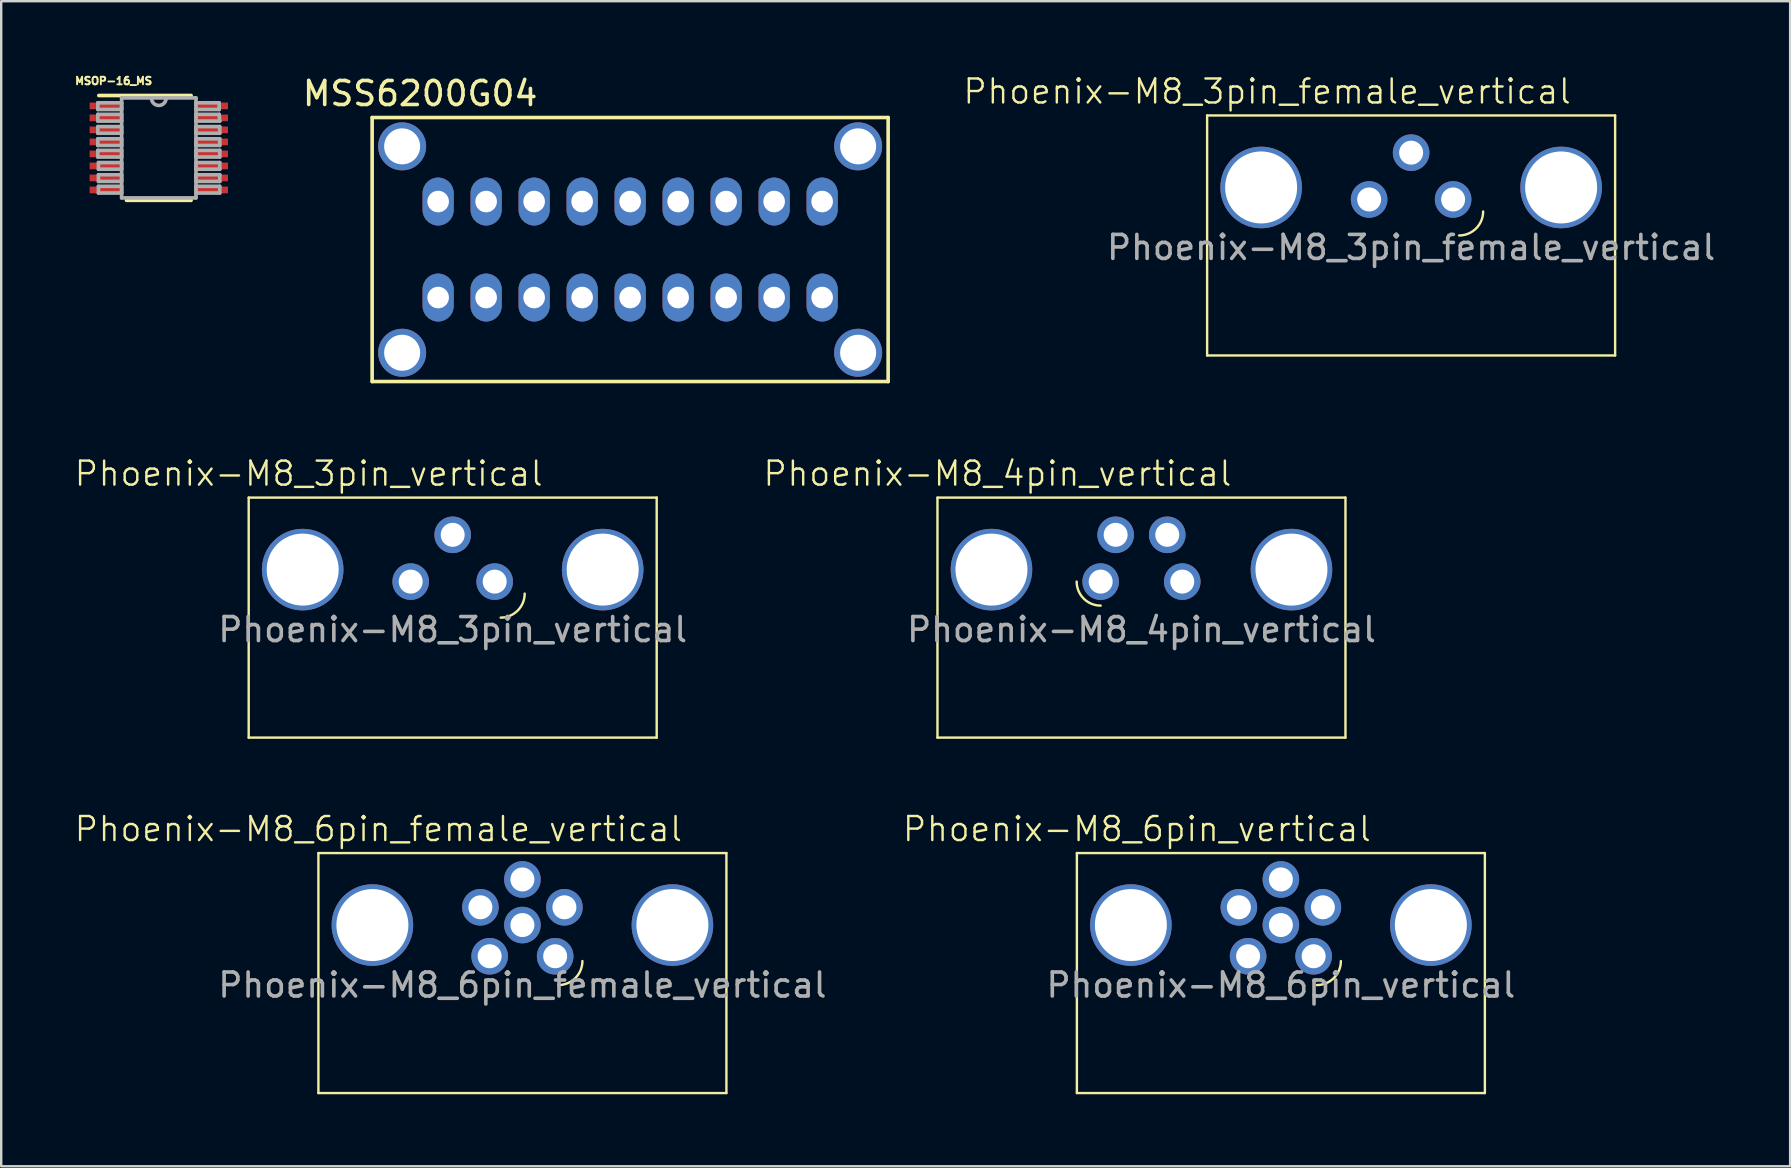
<source format=kicad_pcb>
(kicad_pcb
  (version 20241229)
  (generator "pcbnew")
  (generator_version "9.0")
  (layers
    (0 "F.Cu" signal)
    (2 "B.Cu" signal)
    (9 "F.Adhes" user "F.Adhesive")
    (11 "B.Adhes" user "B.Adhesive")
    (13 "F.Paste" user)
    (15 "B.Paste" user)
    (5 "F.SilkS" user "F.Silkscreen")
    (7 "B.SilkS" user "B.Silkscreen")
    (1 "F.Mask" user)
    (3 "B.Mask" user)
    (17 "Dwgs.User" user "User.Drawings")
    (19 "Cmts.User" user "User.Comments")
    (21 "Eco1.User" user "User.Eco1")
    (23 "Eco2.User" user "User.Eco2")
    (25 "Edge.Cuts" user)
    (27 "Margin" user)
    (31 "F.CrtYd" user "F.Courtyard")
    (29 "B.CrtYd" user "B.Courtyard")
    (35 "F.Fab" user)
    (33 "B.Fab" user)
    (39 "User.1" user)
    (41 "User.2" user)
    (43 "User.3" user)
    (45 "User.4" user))
  (footprint "Phoenix-M8_3pin_female_vertical"
    (layer "F.Cu")
    (at 55.747 4.761)
    (property "Reference" "Phoenix-M8_3pin_female_vertical" (at -6 -4 0) (unlocked yes) (layer "F.SilkS") (effects (font (size 1 1) (thickness 0.1))))
    (attr through_hole)
    (fp_line (start -8.5 -3) (end -8.5 7) (stroke (width 0.1) (type default)) (layer "F.SilkS"))
    (fp_line (start -8.5 7) (end 8.5 7) (stroke (width 0.1) (type default)) (layer "F.SilkS"))
    (fp_line (start 8.5 -3) (end -8.5 -3) (stroke (width 0.1) (type default)) (layer "F.SilkS"))
    (fp_line (start 8.5 7) (end 8.5 -3) (stroke (width 0.1) (type default)) (layer "F.SilkS"))
    (fp_arc (start 3 1) (mid 2.707107 1.707107) (end 2 2) (stroke (width 0.1) (type default)) (layer "F.SilkS"))
    (fp_text user "${REFERENCE}" (at 0 2.5 0) (unlocked yes) (layer "F.Fab") (effects (font (size 1 1) (thickness 0.15))))
    (pad "1" thru_hole circle (at 1.75 0.5) (size 1.524 1.524) (drill 1) (layers "*.Cu" "*.Mask"))
    (pad "2" thru_hole circle (at 0 -1.45) (size 1.524 1.524) (drill 1) (layers "*.Cu" "*.Mask"))
    (pad "3" thru_hole circle (at -1.75 0.5) (size 1.524 1.524) (drill 1) (layers "*.Cu" "*.Mask"))
    (pad "4" thru_hole circle (at -6.25 0) (size 3.4 3.4) (drill 3) (layers "*.Cu" "*.Mask"))
    (pad "4" thru_hole circle (at 6.25 0) (size 3.4 3.4) (drill 3) (layers "*.Cu" "*.Mask")))
  (footprint "Phoenix-M8_6pin_female_vertical"
    (layer "F.Cu")
    (at 18.717 35.494)
    (property "Reference" "Phoenix-M8_6pin_female_vertical" (at -6 -4 0) (unlocked yes) (layer "F.SilkS") (effects (font (size 1 1) (thickness 0.1))))
    (attr through_hole)
    (fp_line (start -8.5 -3) (end -8.5 7) (stroke (width 0.1) (type default)) (layer "F.SilkS"))
    (fp_line (start -8.5 7) (end 8.5 7) (stroke (width 0.1) (type default)) (layer "F.SilkS"))
    (fp_line (start 8.5 -3) (end -8.5 -3) (stroke (width 0.1) (type default)) (layer "F.SilkS"))
    (fp_line (start 8.5 7) (end 8.5 -3) (stroke (width 0.1) (type default)) (layer "F.SilkS"))
    (fp_arc (start 2.5 1.5) (mid 2.207107 2.207107) (end 1.5 2.5) (stroke (width 0.1) (type default)) (layer "F.SilkS"))
    (fp_text user "${REFERENCE}" (at 0 2.5 0) (unlocked yes) (layer "F.Fab") (effects (font (size 1 1) (thickness 0.15))))
    (pad "1" thru_hole circle (at 1.365 1.3) (size 1.524 1.524) (drill 1) (layers "*.Cu" "*.Mask"))
    (pad "2" thru_hole circle (at 1.75 -0.74) (size 1.524 1.524) (drill 1) (layers "*.Cu" "*.Mask"))
    (pad "3" thru_hole circle (at 0 -1.9) (size 1.524 1.524) (drill 1) (layers "*.Cu" "*.Mask"))
    (pad "4" thru_hole circle (at -1.75 -0.74) (size 1.524 1.524) (drill 1) (layers "*.Cu" "*.Mask"))
    (pad "5" thru_hole circle (at -1.365 1.3) (size 1.524 1.524) (drill 1) (layers "*.Cu" "*.Mask"))
    (pad "6" thru_hole circle (at 0 0) (size 1.524 1.524) (drill 1) (layers "*.Cu" "*.Mask"))
    (pad "7" thru_hole circle (at -6.25 0) (size 3.4 3.4) (drill 3) (layers "*.Cu" "*.Mask"))
    (pad "7" thru_hole circle (at 6.25 0) (size 3.4 3.4) (drill 3) (layers "*.Cu" "*.Mask")))
  (footprint "MSS6200G04"
    (layer "F.Cu")
    (at 15.206 5.348)
    (property "Reference" "MSS6200G04" (at -0.75 -4.5 0) (layer "F.SilkS") (effects (font (size 1 1) (thickness 0.15))))
    (attr through_hole)
    (fp_line (start -2.75 -3.5) (end 18.75 -3.5) (stroke (width 0.15) (type solid)) (layer "F.SilkS"))
    (fp_line (start -2.75 7.5) (end -2.75 -3.5) (stroke (width 0.15) (type solid)) (layer "F.SilkS"))
    (fp_line (start 18.75 -3.5) (end 18.75 7.5) (stroke (width 0.15) (type solid)) (layer "F.SilkS"))
    (fp_line (start 18.75 7.5) (end -2.75 7.5) (stroke (width 0.15) (type solid)) (layer "F.SilkS"))
    (pad "0" thru_hole circle (at -1.5 -2.3) (size 2 2) (drill 1.5) (layers "*.Cu" "*.Mask"))
    (pad "0" thru_hole circle (at -1.5 6.3) (size 2 2) (drill 1.5) (layers "*.Cu" "*.Mask"))
    (pad "0" thru_hole circle (at 17.5 -2.3) (size 2 2) (drill 1.5) (layers "*.Cu" "*.Mask"))
    (pad "0" thru_hole circle (at 17.5 6.3) (size 2 2) (drill 1.5) (layers "*.Cu" "*.Mask"))
    (pad "1" thru_hole roundrect (at 0 0) (size 1.3 2) (drill 0.9) (layers "*.Cu" "*.Mask") (roundrect_rratio 0.5))
    (pad "2" thru_hole roundrect (at 2 0) (size 1.3 2) (drill 0.9) (layers "*.Cu" "*.Mask") (roundrect_rratio 0.5))
    (pad "3" thru_hole roundrect (at 4 0) (size 1.3 2) (drill 0.9) (layers "*.Cu" "*.Mask") (roundrect_rratio 0.5))
    (pad "4" thru_hole roundrect (at 6 0) (size 1.3 2) (drill 0.9) (layers "*.Cu" "*.Mask") (roundrect_rratio 0.5))
    (pad "5" thru_hole roundrect (at 8 0) (size 1.3 2) (drill 0.9) (layers "*.Cu" "*.Mask") (roundrect_rratio 0.5))
    (pad "6" thru_hole roundrect (at 10 0) (size 1.3 2) (drill 0.9) (layers "*.Cu" "*.Mask") (roundrect_rratio 0.5))
    (pad "7" thru_hole roundrect (at 12 0) (size 1.3 2) (drill 0.9) (layers "*.Cu" "*.Mask") (roundrect_rratio 0.5))
    (pad "8" thru_hole roundrect (at 14 0) (size 1.3 2) (drill 0.9) (layers "*.Cu" "*.Mask") (roundrect_rratio 0.5))
    (pad "9" thru_hole roundrect (at 16 0) (size 1.3 2) (drill 0.9) (layers "*.Cu" "*.Mask") (roundrect_rratio 0.5))
    (pad "10" thru_hole roundrect (at 16 4) (size 1.3 2) (drill 0.9) (layers "*.Cu" "*.Mask") (roundrect_rratio 0.5))
    (pad "11" thru_hole roundrect (at 14 4) (size 1.3 2) (drill 0.9) (layers "*.Cu" "*.Mask") (roundrect_rratio 0.5))
    (pad "12" thru_hole roundrect (at 12 4) (size 1.3 2) (drill 0.9) (layers "*.Cu" "*.Mask") (roundrect_rratio 0.5))
    (pad "13" thru_hole roundrect (at 10 4) (size 1.3 2) (drill 0.9) (layers "*.Cu" "*.Mask") (roundrect_rratio 0.5))
    (pad "14" thru_hole roundrect (at 8 4) (size 1.3 2) (drill 0.9) (layers "*.Cu" "*.Mask") (roundrect_rratio 0.5))
    (pad "15" thru_hole roundrect (at 6 4) (size 1.3 2) (drill 0.9) (layers "*.Cu" "*.Mask") (roundrect_rratio 0.5))
    (pad "16" thru_hole roundrect (at 4 4) (size 1.3 2) (drill 0.9) (layers "*.Cu" "*.Mask") (roundrect_rratio 0.5))
    (pad "17" thru_hole roundrect (at 2 4) (size 1.3 2) (drill 0.9) (layers "*.Cu" "*.Mask") (roundrect_rratio 0.5))
    (pad "18" thru_hole roundrect (at 0 4) (size 1.3 2) (drill 0.9) (layers "*.Cu" "*.Mask") (roundrect_rratio 0.5)))
  (footprint "Phoenix-M8_3pin_vertical"
    (layer "F.Cu")
    (at 15.812 20.684)
    (property "Reference" "Phoenix-M8_3pin_vertical" (at -6 -4 0) (unlocked yes) (layer "F.SilkS") (effects (font (size 1 1) (thickness 0.1))))
    (attr through_hole)
    (fp_line (start -8.5 -3) (end -8.5 7) (stroke (width 0.1) (type default)) (layer "F.SilkS"))
    (fp_line (start -8.5 7) (end 8.5 7) (stroke (width 0.1) (type default)) (layer "F.SilkS"))
    (fp_line (start 8.5 -3) (end -8.5 -3) (stroke (width 0.1) (type default)) (layer "F.SilkS"))
    (fp_line (start 8.5 7) (end 8.5 -3) (stroke (width 0.1) (type default)) (layer "F.SilkS"))
    (fp_arc (start 3 1) (mid 2.707107 1.707107) (end 2 2) (stroke (width 0.1) (type default)) (layer "F.SilkS"))
    (fp_text user "${REFERENCE}" (at 0 2.5 0) (unlocked yes) (layer "F.Fab") (effects (font (size 1 1) (thickness 0.15))))
    (pad "1" thru_hole circle (at -1.75 0.5) (size 1.524 1.524) (drill 1) (layers "*.Cu" "*.Mask"))
    (pad "2" thru_hole circle (at 0 -1.45) (size 1.524 1.524) (drill 1) (layers "*.Cu" "*.Mask"))
    (pad "3" thru_hole circle (at 1.75 0.5) (size 1.524 1.524) (drill 1) (layers "*.Cu" "*.Mask"))
    (pad "4" thru_hole circle (at -6.25 0) (size 3.4 3.4) (drill 3) (layers "*.Cu" "*.Mask"))
    (pad "4" thru_hole circle (at 6.25 0) (size 3.4 3.4) (drill 3) (layers "*.Cu" "*.Mask")))
  (footprint "Phoenix-M8_6pin_vertical"
    (layer "F.Cu")
    (at 50.32 35.494)
    (property "Reference" "Phoenix-M8_6pin_vertical" (at -6 -4 0) (unlocked yes) (layer "F.SilkS") (effects (font (size 1 1) (thickness 0.1))))
    (attr through_hole)
    (fp_line (start -8.5 -3) (end -8.5 7) (stroke (width 0.1) (type default)) (layer "F.SilkS"))
    (fp_line (start -8.5 7) (end 8.5 7) (stroke (width 0.1) (type default)) (layer "F.SilkS"))
    (fp_line (start 8.5 -3) (end -8.5 -3) (stroke (width 0.1) (type default)) (layer "F.SilkS"))
    (fp_line (start 8.5 7) (end 8.5 -3) (stroke (width 0.1) (type default)) (layer "F.SilkS"))
    (fp_arc (start 2.5 1.5) (mid 2.207107 2.207107) (end 1.5 2.5) (stroke (width 0.1) (type default)) (layer "F.SilkS"))
    (fp_text user "${REFERENCE}" (at 0 2.5 0) (unlocked yes) (layer "F.Fab") (effects (font (size 1 1) (thickness 0.15))))
    (pad "1" thru_hole circle (at 1.365 1.3) (size 1.524 1.524) (drill 1) (layers "*.Cu" "*.Mask"))
    (pad "2" thru_hole circle (at 1.75 -0.74) (size 1.524 1.524) (drill 1) (layers "*.Cu" "*.Mask"))
    (pad "3" thru_hole circle (at 0 -1.9) (size 1.524 1.524) (drill 1) (layers "*.Cu" "*.Mask"))
    (pad "4" thru_hole circle (at -1.75 -0.74) (size 1.524 1.524) (drill 1) (layers "*.Cu" "*.Mask"))
    (pad "5" thru_hole circle (at -1.365 1.3) (size 1.524 1.524) (drill 1) (layers "*.Cu" "*.Mask"))
    (pad "6" thru_hole circle (at 0 0) (size 1.524 1.524) (drill 1) (layers "*.Cu" "*.Mask"))
    (pad "7" thru_hole circle (at -6.25 0) (size 3.4 3.4) (drill 3) (layers "*.Cu" "*.Mask"))
    (pad "7" thru_hole circle (at 6.25 0) (size 3.4 3.4) (drill 3) (layers "*.Cu" "*.Mask")))
  (footprint "MSOP-16_MS"
    (layer "F.Cu")
    (at 3.567 3.113)
    (property "Reference" "MSOP-16_MS" (at -1.883 -2.791 0) (layer "F.SilkS") (effects (font (size 0.315 0.315) (thickness 0.079))))
    (attr smd)
    (fp_line (start -1.346 2.184) (end 1.346 2.184) (stroke (width 0.152) (type solid)) (layer "F.SilkS"))
    (fp_line (start 1.346 -2.184) (end -2.5 -2.184) (stroke (width 0.152) (type solid)) (layer "F.SilkS"))
    (fp_line (start -2.54 -1.88) (end -2.54 -1.6) (stroke (width 0.152) (type solid)) (layer "F.Fab"))
    (fp_line (start -2.54 -1.6) (end -1.549 -1.6) (stroke (width 0.152) (type solid)) (layer "F.Fab"))
    (fp_line (start -2.54 -1.397) (end -2.54 -1.118) (stroke (width 0.152) (type solid)) (layer "F.Fab"))
    (fp_line (start -2.54 -1.118) (end -1.549 -1.118) (stroke (width 0.152) (type solid)) (layer "F.Fab"))
    (fp_line (start -2.54 -0.889) (end -2.54 -0.61) (stroke (width 0.152) (type solid)) (layer "F.Fab"))
    (fp_line (start -2.54 -0.61) (end -1.549 -0.61) (stroke (width 0.152) (type solid)) (layer "F.Fab"))
    (fp_line (start -2.54 -0.381) (end -2.54 -0.102) (stroke (width 0.152) (type solid)) (layer "F.Fab"))
    (fp_line (start -2.54 -0.102) (end -1.549 -0.102) (stroke (width 0.152) (type solid)) (layer "F.Fab"))
    (fp_line (start -2.54 0.102) (end -2.54 0.381) (stroke (width 0.152) (type solid)) (layer "F.Fab"))
    (fp_line (start -2.54 0.381) (end -1.549 0.381) (stroke (width 0.152) (type solid)) (layer "F.Fab"))
    (fp_line (start -2.515 0.61) (end -2.515 0.889) (stroke (width 0.152) (type solid)) (layer "F.Fab"))
    (fp_line (start -2.515 0.889) (end -1.549 0.889) (stroke (width 0.152) (type solid)) (layer "F.Fab"))
    (fp_line (start -2.515 1.118) (end -2.515 1.397) (stroke (width 0.152) (type solid)) (layer "F.Fab"))
    (fp_line (start -2.515 1.397) (end -1.549 1.397) (stroke (width 0.152) (type solid)) (layer "F.Fab"))
    (fp_line (start -2.515 1.6) (end -2.515 1.88) (stroke (width 0.152) (type solid)) (layer "F.Fab"))
    (fp_line (start -2.515 1.88) (end -1.549 1.88) (stroke (width 0.152) (type solid)) (layer "F.Fab"))
    (fp_line (start -1.549 -2.083) (end -1.549 2.083) (stroke (width 0.152) (type solid)) (layer "F.Fab"))
    (fp_line (start -1.549 -1.88) (end -2.54 -1.88) (stroke (width 0.152) (type solid)) (layer "F.Fab"))
    (fp_line (start -1.549 -1.6) (end -1.549 -1.88) (stroke (width 0.152) (type solid)) (layer "F.Fab"))
    (fp_line (start -1.549 -1.397) (end -2.54 -1.397) (stroke (width 0.152) (type solid)) (layer "F.Fab"))
    (fp_line (start -1.549 -1.118) (end -1.549 -1.397) (stroke (width 0.152) (type solid)) (layer "F.Fab"))
    (fp_line (start -1.549 -0.889) (end -2.54 -0.889) (stroke (width 0.152) (type solid)) (layer "F.Fab"))
    (fp_line (start -1.549 -0.61) (end -1.549 -0.889) (stroke (width 0.152) (type solid)) (layer "F.Fab"))
    (fp_line (start -1.549 -0.381) (end -2.54 -0.381) (stroke (width 0.152) (type solid)) (layer "F.Fab"))
    (fp_line (start -1.549 -0.102) (end -1.549 -0.381) (stroke (width 0.152) (type solid)) (layer "F.Fab"))
    (fp_line (start -1.549 0.102) (end -2.54 0.102) (stroke (width 0.152) (type solid)) (layer "F.Fab"))
    (fp_line (start -1.549 0.381) (end -1.549 0.102) (stroke (width 0.152) (type solid)) (layer "F.Fab"))
    (fp_line (start -1.549 0.61) (end -2.515 0.61) (stroke (width 0.152) (type solid)) (layer "F.Fab"))
    (fp_line (start -1.549 0.889) (end -1.549 0.61) (stroke (width 0.152) (type solid)) (layer "F.Fab"))
    (fp_line (start -1.549 1.118) (end -2.515 1.118) (stroke (width 0.152) (type solid)) (layer "F.Fab"))
    (fp_line (start -1.549 1.397) (end -1.549 1.118) (stroke (width 0.152) (type solid)) (layer "F.Fab"))
    (fp_line (start -1.549 1.6) (end -2.515 1.6) (stroke (width 0.152) (type solid)) (layer "F.Fab"))
    (fp_line (start -1.549 1.88) (end -1.549 1.6) (stroke (width 0.152) (type solid)) (layer "F.Fab"))
    (fp_line (start -1.549 2.083) (end 1.549 2.083) (stroke (width 0.152) (type solid)) (layer "F.Fab"))
    (fp_line (start 0.305 -2.083) (end -1.549 -2.083) (stroke (width 0.152) (type solid)) (layer "F.Fab"))
    (fp_line (start 1.549 -2.083) (end 0.305 -2.083) (stroke (width 0.152) (type solid)) (layer "F.Fab"))
    (fp_line (start 1.549 -1.88) (end 1.549 -1.6) (stroke (width 0.152) (type solid)) (layer "F.Fab"))
    (fp_line (start 1.549 -1.6) (end 2.515 -1.6) (stroke (width 0.152) (type solid)) (layer "F.Fab"))
    (fp_line (start 1.549 -1.397) (end 1.549 -1.118) (stroke (width 0.152) (type solid)) (layer "F.Fab"))
    (fp_line (start 1.549 -1.118) (end 2.54 -1.118) (stroke (width 0.152) (type solid)) (layer "F.Fab"))
    (fp_line (start 1.549 -0.889) (end 1.549 -0.61) (stroke (width 0.152) (type solid)) (layer "F.Fab"))
    (fp_line (start 1.549 -0.61) (end 2.54 -0.61) (stroke (width 0.152) (type solid)) (layer "F.Fab"))
    (fp_line (start 1.549 -0.381) (end 1.549 -0.102) (stroke (width 0.152) (type solid)) (layer "F.Fab"))
    (fp_line (start 1.549 -0.102) (end 2.54 -0.102) (stroke (width 0.152) (type solid)) (layer "F.Fab"))
    (fp_line (start 1.549 0.102) (end 1.549 0.381) (stroke (width 0.152) (type solid)) (layer "F.Fab"))
    (fp_line (start 1.549 0.381) (end 2.54 0.381) (stroke (width 0.152) (type solid)) (layer "F.Fab"))
    (fp_line (start 1.549 0.61) (end 1.549 0.889) (stroke (width 0.152) (type solid)) (layer "F.Fab"))
    (fp_line (start 1.549 0.889) (end 2.54 0.889) (stroke (width 0.152) (type solid)) (layer "F.Fab"))
    (fp_line (start 1.549 1.118) (end 1.549 1.397) (stroke (width 0.152) (type solid)) (layer "F.Fab"))
    (fp_line (start 1.549 1.397) (end 2.54 1.397) (stroke (width 0.152) (type solid)) (layer "F.Fab"))
    (fp_line (start 1.549 1.6) (end 1.549 1.88) (stroke (width 0.152) (type solid)) (layer "F.Fab"))
    (fp_line (start 1.549 1.88) (end 2.54 1.88) (stroke (width 0.152) (type solid)) (layer "F.Fab"))
    (fp_line (start 1.549 2.083) (end 1.549 -2.083) (stroke (width 0.152) (type solid)) (layer "F.Fab"))
    (fp_line (start 2.515 -1.88) (end 1.549 -1.88) (stroke (width 0.152) (type solid)) (layer "F.Fab"))
    (fp_line (start 2.515 -1.6) (end 2.515 -1.88) (stroke (width 0.152) (type solid)) (layer "F.Fab"))
    (fp_line (start 2.515 -1.397) (end 1.549 -1.397) (stroke (width 0.152) (type solid)) (layer "F.Fab"))
    (fp_line (start 2.54 -1.118) (end 2.515 -1.397) (stroke (width 0.152) (type solid)) (layer "F.Fab"))
    (fp_line (start 2.54 -0.889) (end 1.549 -0.889) (stroke (width 0.152) (type solid)) (layer "F.Fab"))
    (fp_line (start 2.54 -0.61) (end 2.54 -0.889) (stroke (width 0.152) (type solid)) (layer "F.Fab"))
    (fp_line (start 2.54 -0.381) (end 1.549 -0.381) (stroke (width 0.152) (type solid)) (layer "F.Fab"))
    (fp_line (start 2.54 -0.102) (end 2.54 -0.381) (stroke (width 0.152) (type solid)) (layer "F.Fab"))
    (fp_line (start 2.54 0.102) (end 1.549 0.102) (stroke (width 0.152) (type solid)) (layer "F.Fab"))
    (fp_line (start 2.54 0.381) (end 2.54 0.102) (stroke (width 0.152) (type solid)) (layer "F.Fab"))
    (fp_line (start 2.54 0.61) (end 1.549 0.61) (stroke (width 0.152) (type solid)) (layer "F.Fab"))
    (fp_line (start 2.54 0.889) (end 2.54 0.61) (stroke (width 0.152) (type solid)) (layer "F.Fab"))
    (fp_line (start 2.54 1.118) (end 1.549 1.118) (stroke (width 0.152) (type solid)) (layer "F.Fab"))
    (fp_line (start 2.54 1.397) (end 2.54 1.118) (stroke (width 0.152) (type solid)) (layer "F.Fab"))
    (fp_line (start 2.54 1.6) (end 1.549 1.6) (stroke (width 0.152) (type solid)) (layer "F.Fab"))
    (fp_line (start 2.54 1.88) (end 2.54 1.6) (stroke (width 0.152) (type solid)) (layer "F.Fab"))
    (fp_arc (start 0.3048 -2.0828) (mid 0.0127 -1.7653) (end -0.3048 -2.0574) (stroke (width 0.1524) (type solid)) (layer "F.Fab"))
    (pad "1" smd rect (at -2.184 -1.751) (size 1.397 0.279) (layers "F.Cu" "F.Mask" "F.Paste"))
    (pad "2" smd rect (at -2.184 -1.251) (size 1.397 0.279) (layers "F.Cu" "F.Mask" "F.Paste"))
    (pad "3" smd rect (at -2.184 -0.751) (size 1.397 0.279) (layers "F.Cu" "F.Mask" "F.Paste"))
    (pad "4" smd rect (at -2.184 -0.25) (size 1.397 0.279) (layers "F.Cu" "F.Mask" "F.Paste"))
    (pad "5" smd rect (at -2.184 0.25) (size 1.397 0.279) (layers "F.Cu" "F.Mask" "F.Paste"))
    (pad "6" smd rect (at -2.184 0.751) (size 1.397 0.279) (layers "F.Cu" "F.Mask" "F.Paste"))
    (pad "7" smd rect (at -2.184 1.251) (size 1.397 0.279) (layers "F.Cu" "F.Mask" "F.Paste"))
    (pad "8" smd rect (at -2.184 1.751) (size 1.397 0.279) (layers "F.Cu" "F.Mask" "F.Paste"))
    (pad "9" smd rect (at 2.184 1.751) (size 1.397 0.279) (layers "F.Cu" "F.Mask" "F.Paste"))
    (pad "10" smd rect (at 2.184 1.251) (size 1.397 0.279) (layers "F.Cu" "F.Mask" "F.Paste"))
    (pad "11" smd rect (at 2.184 0.751) (size 1.397 0.279) (layers "F.Cu" "F.Mask" "F.Paste"))
    (pad "12" smd rect (at 2.184 0.25) (size 1.397 0.279) (layers "F.Cu" "F.Mask" "F.Paste"))
    (pad "13" smd rect (at 2.184 -0.25) (size 1.397 0.279) (layers "F.Cu" "F.Mask" "F.Paste"))
    (pad "14" smd rect (at 2.184 -0.751) (size 1.397 0.279) (layers "F.Cu" "F.Mask" "F.Paste"))
    (pad "15" smd rect (at 2.184 -1.251) (size 1.397 0.279) (layers "F.Cu" "F.Mask" "F.Paste"))
    (pad "16" smd rect (at 2.184 -1.751) (size 1.397 0.279) (layers "F.Cu" "F.Mask" "F.Paste")))
  (footprint "Phoenix-M8_4pin_vertical"
    (layer "F.Cu")
    (at 44.511 20.684)
    (property "Reference" "Phoenix-M8_4pin_vertical" (at -6 -4 0) (unlocked yes) (layer "F.SilkS") (effects (font (size 1 1) (thickness 0.1))))
    (attr through_hole)
    (fp_line (start -8.5 -3) (end -8.5 7) (stroke (width 0.1) (type default)) (layer "F.SilkS"))
    (fp_line (start -8.5 7) (end 8.5 7) (stroke (width 0.1) (type default)) (layer "F.SilkS"))
    (fp_line (start 8.5 -3) (end -8.5 -3) (stroke (width 0.1) (type default)) (layer "F.SilkS"))
    (fp_line (start 8.5 7) (end 8.5 -3) (stroke (width 0.1) (type default)) (layer "F.SilkS"))
    (fp_arc (start -1.7 1.5) (mid -2.407107 1.207107) (end -2.7 0.5) (stroke (width 0.1) (type default)) (layer "F.SilkS"))
    (fp_text user "${REFERENCE}" (at 0 2.5 0) (unlocked yes) (layer "F.Fab") (effects (font (size 1 1) (thickness 0.15))))
    (pad "1" thru_hole circle (at -1.7 0.5) (size 1.524 1.524) (drill 1) (layers "*.Cu" "*.Mask"))
    (pad "2" thru_hole circle (at -1.075 -1.45) (size 1.524 1.524) (drill 1) (layers "*.Cu" "*.Mask"))
    (pad "3" thru_hole circle (at 1.7 0.5) (size 1.524 1.524) (drill 1) (layers "*.Cu" "*.Mask"))
    (pad "4" thru_hole circle (at 1.075 -1.45) (size 1.524 1.524) (drill 1) (layers "*.Cu" "*.Mask"))
    (pad "5" thru_hole circle (at -6.25 0) (size 3.4 3.4) (drill 3) (layers "*.Cu" "*.Mask"))
    (pad "5" thru_hole circle (at 6.25 0) (size 3.4 3.4) (drill 3) (layers "*.Cu" "*.Mask")))
  (gr_rect
    (start -3 -3)
    (end 71.539 45.544)
    (stroke (width 0.1) (type default))
    (fill no)
    (layer "Edge.Cuts")))
</source>
